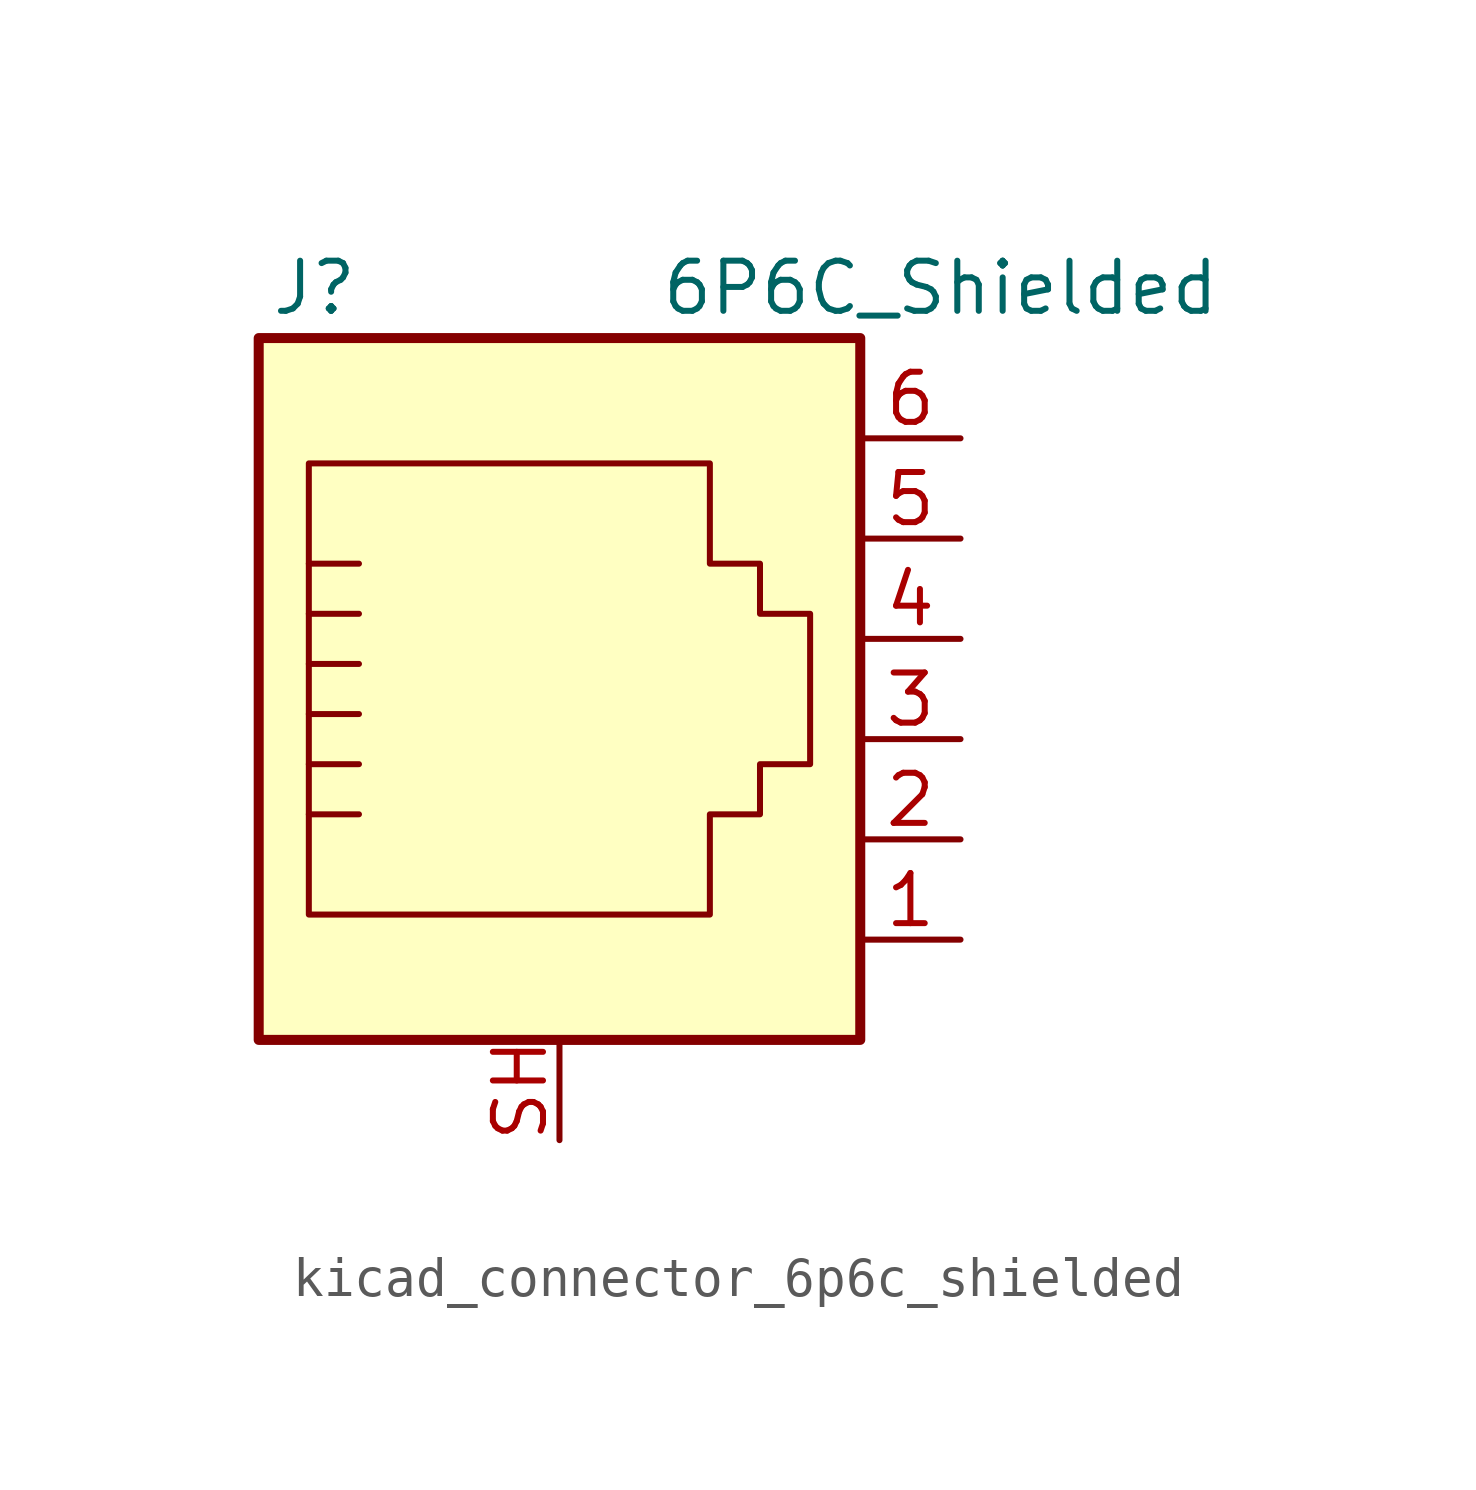
<source format=kicad_sym>
(kicad_symbol_lib
  (version 20220914)
  (generator kicad_symbol_editor)
  (symbol "kicad_connector_6p6c_shielded"
    (pin_names
      (offset 1.016))
    (property "Reference" "J"
      (at -5.08 11.43 0)
      (effects (font (size 1.27 1.27)) (justify right)))
    (property "Value" "6P6C_Shielded"
      (at 2.54 11.43 0)
      (effects (font (size 1.27 1.27)) (justify left)))
    (symbol "kicad_connector_6p6c_shielded_0_1"
      (polyline (pts (xy -6.35 -1.905) (xy -5.08 -1.905) (xy -5.08 -1.905)) (stroke (width 0) (type default)) (fill (type none)))
      (polyline (pts (xy -6.35 -0.635) (xy -5.08 -0.635) (xy -5.08 -0.635)) (stroke (width 0) (type default)) (fill (type none)))
      (polyline (pts (xy -6.35 0.635) (xy -5.08 0.635) (xy -5.08 0.635)) (stroke (width 0) (type default)) (fill (type none)))
      (polyline (pts (xy -6.35 1.905) (xy -5.08 1.905) (xy -5.08 1.905)) (stroke (width 0) (type default)) (fill (type none)))
      (polyline (pts (xy -6.35 3.175) (xy -5.08 3.175) (xy -5.08 3.175)) (stroke (width 0) (type default)) (fill (type none)))
      (polyline (pts (xy -5.08 4.445) (xy -6.35 4.445) (xy -6.35 4.445)) (stroke (width 0) (type default)) (fill (type none)))
      (polyline (pts (xy -6.35 -4.445) (xy -6.35 6.985) (xy 3.81 6.985) (xy 3.81 4.445) (xy 5.08 4.445) (xy 5.08 3.175) (xy 6.35 3.175) (xy 6.35 -0.635) (xy 5.08 -0.635) (xy 5.08 -1.905) (xy 3.81 -1.905) (xy 3.81 -4.445) (xy -6.35 -4.445) (xy -6.35 -4.445)) (stroke (width 0) (type default)) (fill (type none)))
      (rectangle (start 7.62 10.16) (end -7.62 -7.62) (stroke (width 0.254) (type default)) (fill (type background))))
    (symbol "kicad_connector_6p6c_shielded_1_1"
      (pin passive line (at 10.16 -5.08 180) (length 2.54) (name "~" (effects (font (size 1.27 1.27)))) (number "1" (effects (font (size 1.27 1.27)))))
      (pin passive line (at 10.16 -2.54 180) (length 2.54) (name "~" (effects (font (size 1.27 1.27)))) (number "2" (effects (font (size 1.27 1.27)))))
      (pin passive line (at 10.16 0 180) (length 2.54) (name "~" (effects (font (size 1.27 1.27)))) (number "3" (effects (font (size 1.27 1.27)))))
      (pin passive line (at 10.16 2.54 180) (length 2.54) (name "~" (effects (font (size 1.27 1.27)))) (number "4" (effects (font (size 1.27 1.27)))))
      (pin passive line (at 10.16 5.08 180) (length 2.54) (name "~" (effects (font (size 1.27 1.27)))) (number "5" (effects (font (size 1.27 1.27)))))
      (pin passive line (at 10.16 7.62 180) (length 2.54) (name "~" (effects (font (size 1.27 1.27)))) (number "6" (effects (font (size 1.27 1.27)))))
      (pin passive line (at 0 -10.16 90) (length 2.54) (name "~" (effects (font (size 1.27 1.27)))) (number "SH" (effects (font (size 1.27 1.27))))))))
</source>
